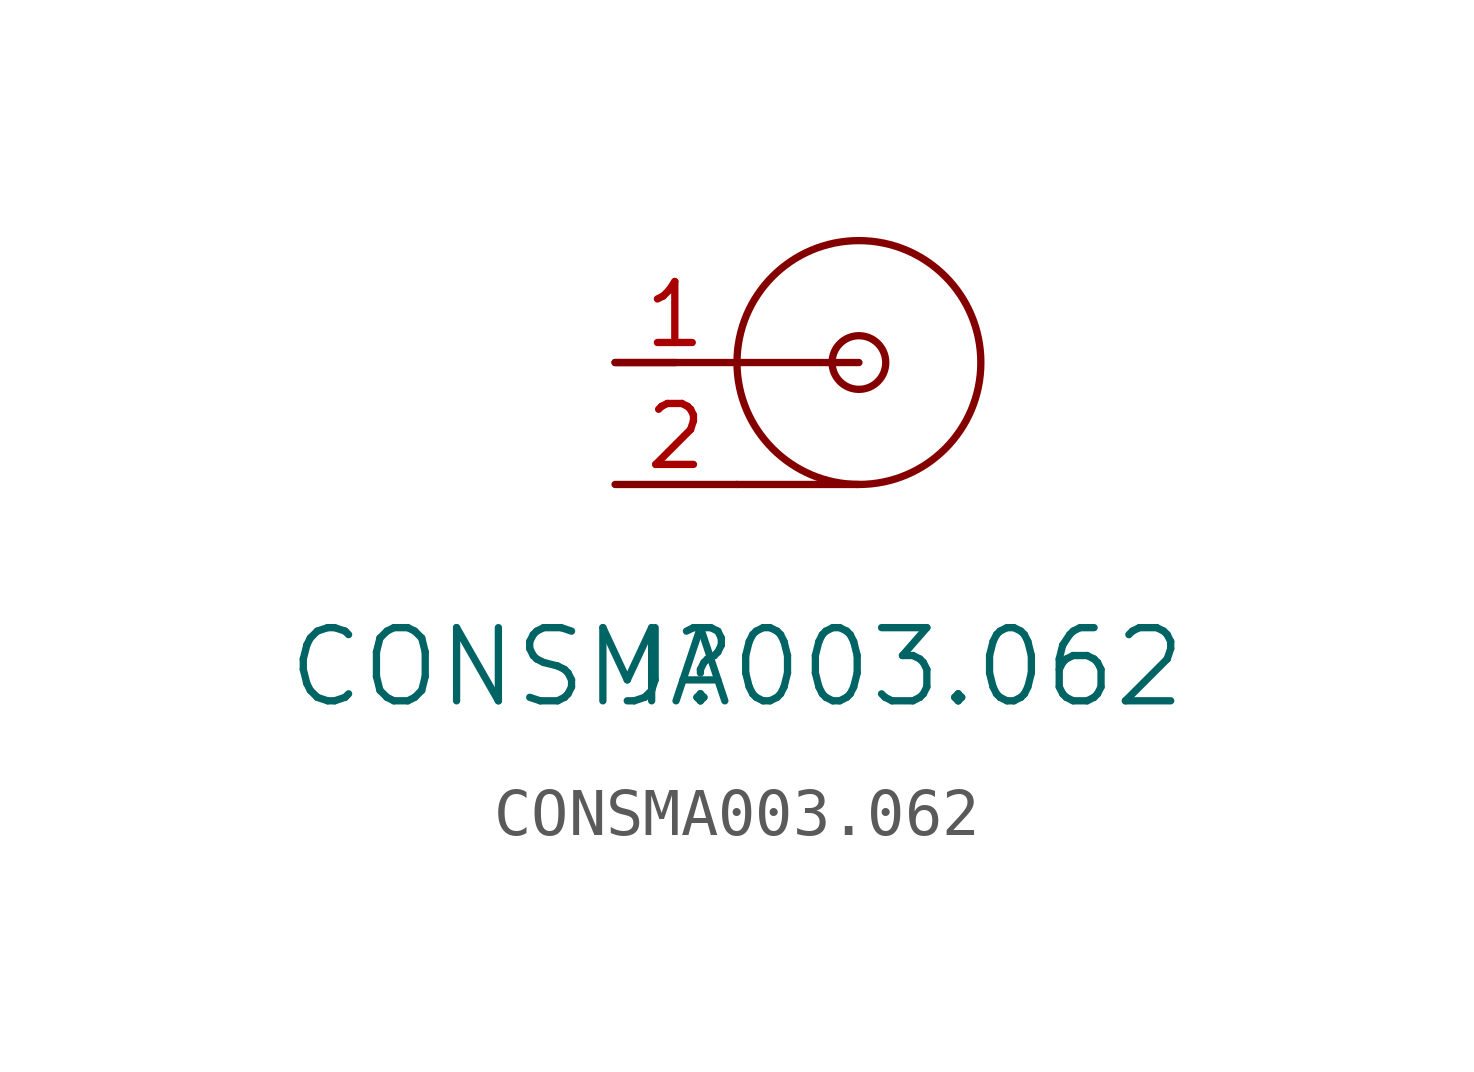
<source format=kicad_sym>
(kicad_symbol_lib
  (version 20220914)
  (generator kicad_symbol_editor)
  (symbol "CONSMA003.062"
    (pin_names
      (offset 1.016) hide)
    (property "Reference" "J"
      (at -1.27 -3.81 0)
      (effects (font (size 1.524 1.524))))
    (property "Value" "CONSMA003.062"
      (at 0 -3.81 0)
      (effects (font (size 1.524 1.524))))
    (symbol "CONSMA003.062_0_1"
      (polyline (pts (xy -2.54 2.54) (xy -1.27 2.54)) (stroke (width 0) (type solid)) (fill (type none)))
      (polyline (pts (xy 0 0) (xy 2.54 0)) (stroke (width 0) (type solid)) (fill (type none)))
      (polyline (pts (xy 0 2.54) (xy 2.54 2.54)) (stroke (width 0) (type solid)) (fill (type none)))
      (circle (center 2.54 2.54) (radius 0.559) (stroke (width 0) (type solid)) (fill (type none)))
      (circle (center 2.54 2.54) (radius 2.54) (stroke (width 0) (type solid)) (fill (type none))))
    (symbol "CONSMA003.062_1_1"
      (pin passive line (at -2.54 2.54 0) (length 2.489) (name "1" (effects (font (size 1.27 1.27)))) (number "1" (effects (font (size 1.27 1.27)))))
      (pin passive line (at -2.54 0 0) (length 2.54) (name "2" (effects (font (size 1.27 1.27)))) (number "2" (effects (font (size 1.27 1.27))))))))
</source>
